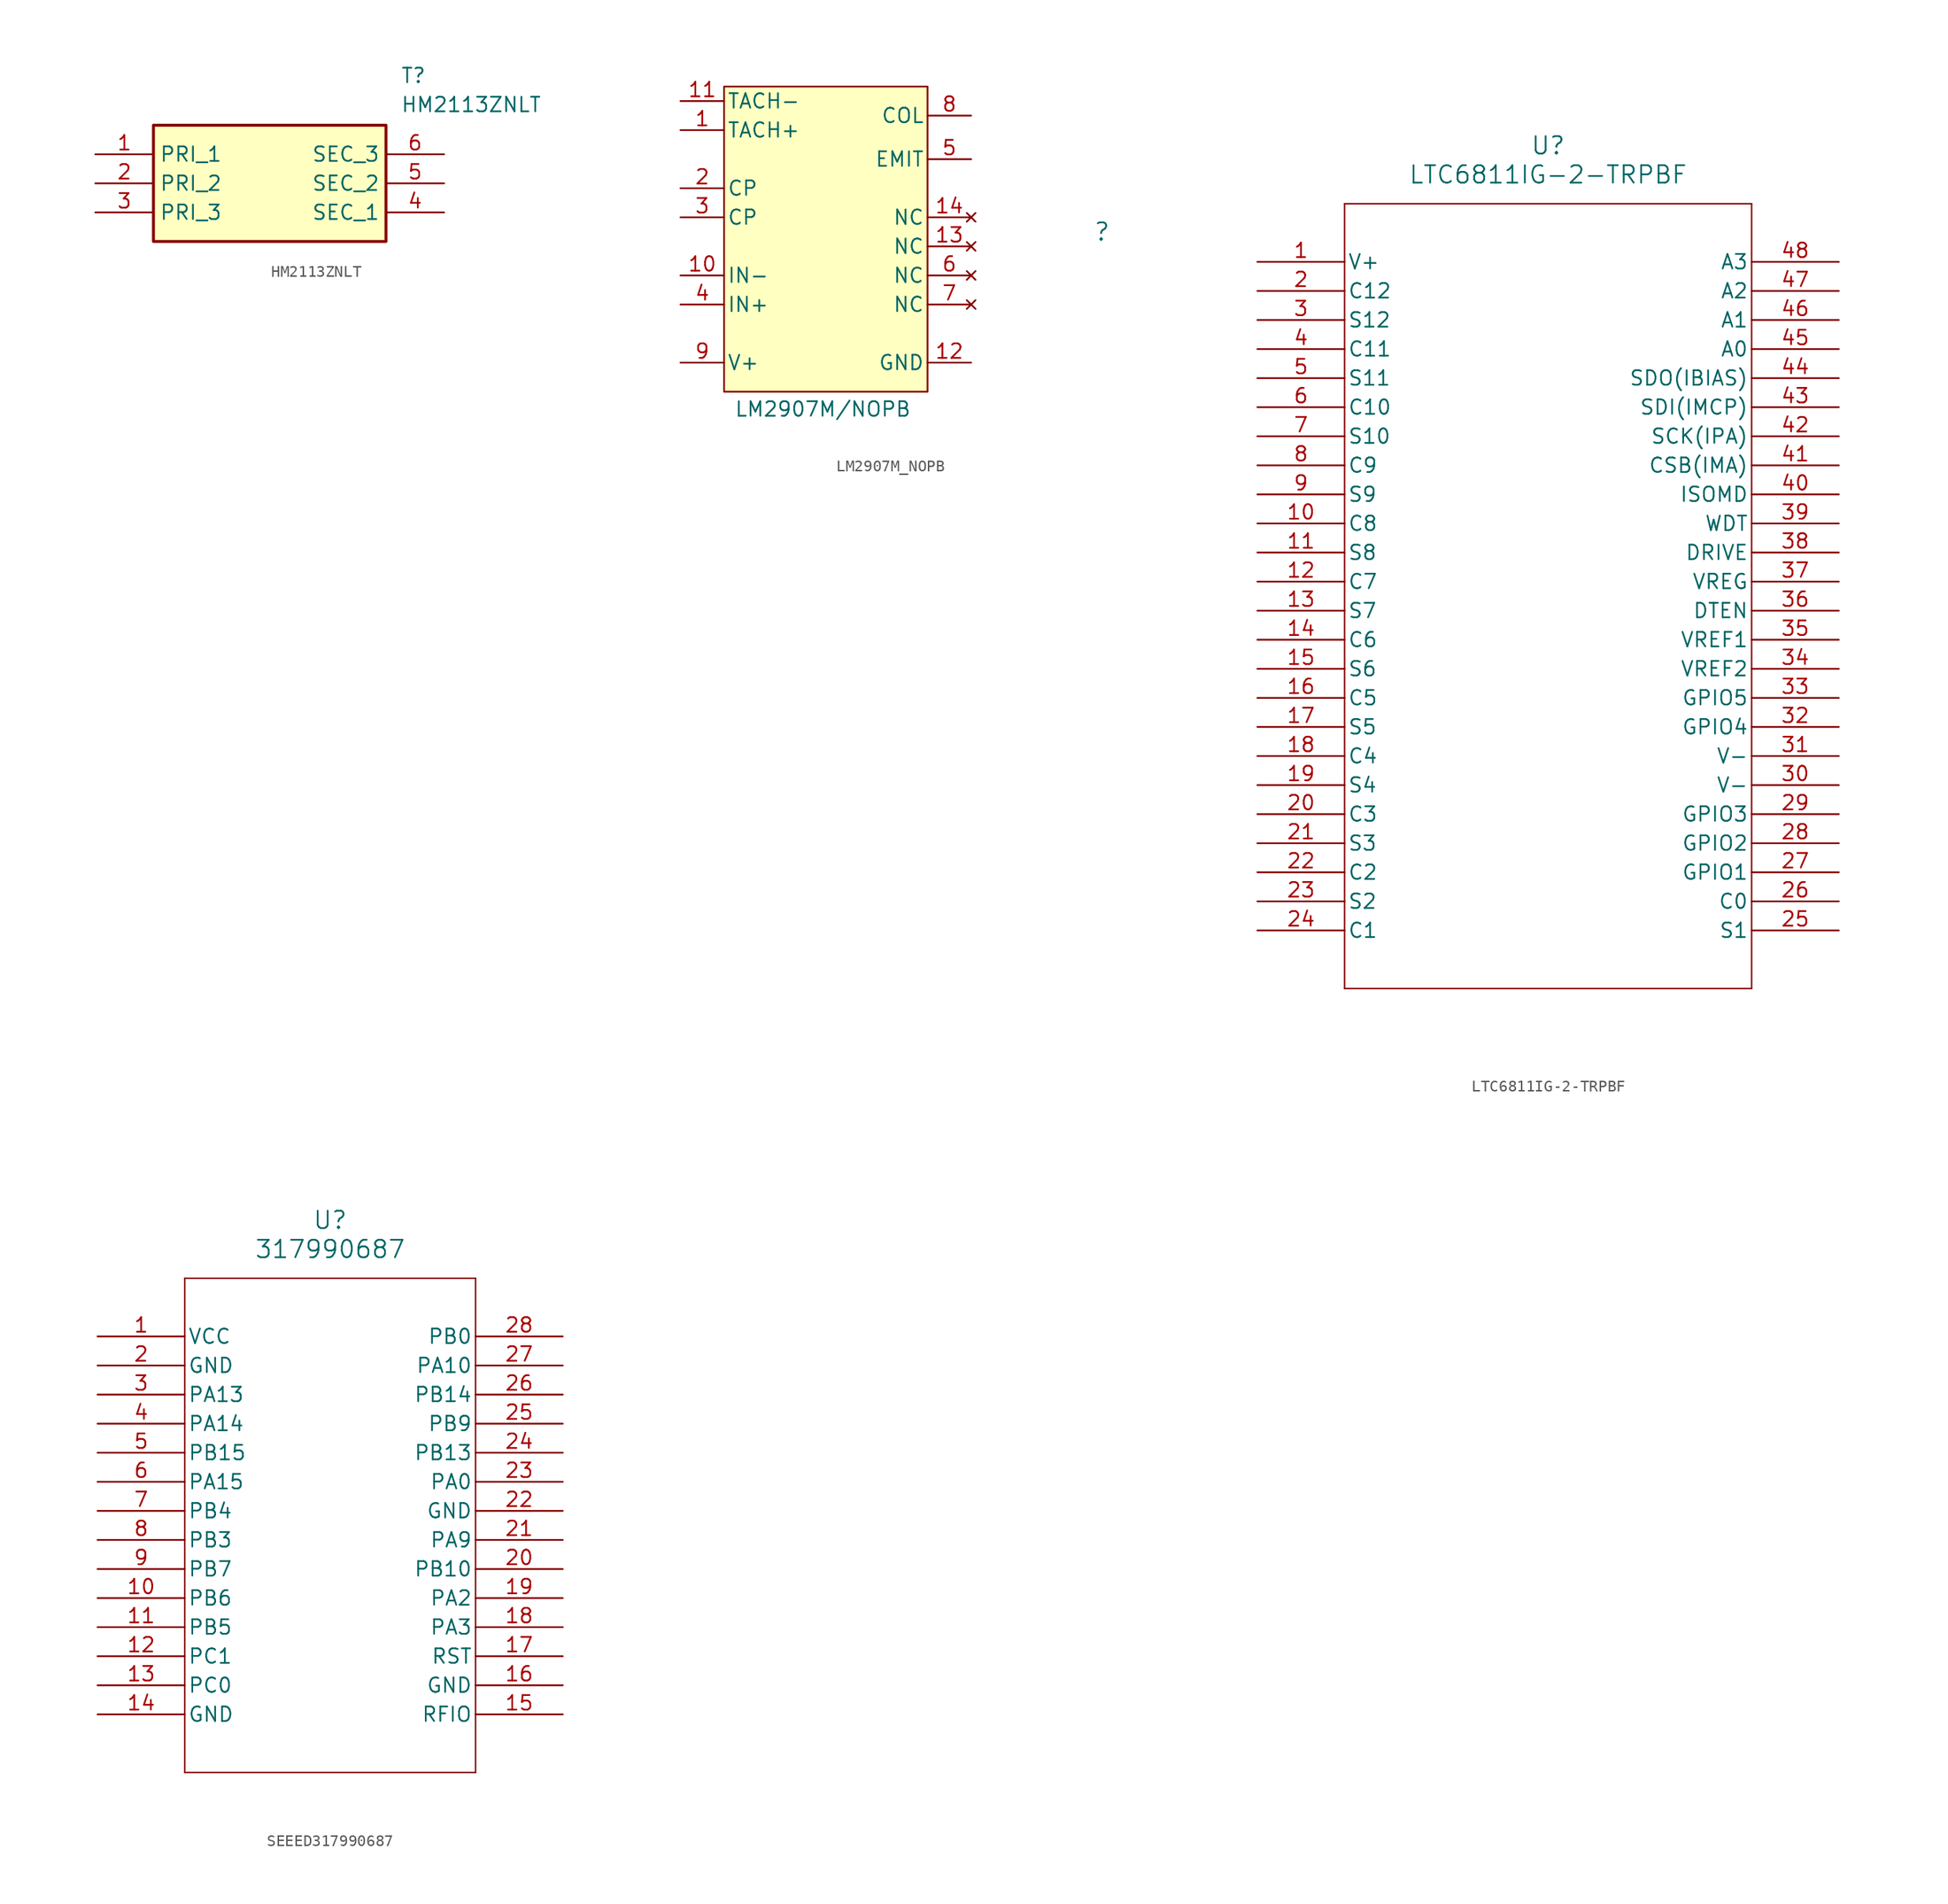
<source format=kicad_sym>
(kicad_symbol_lib
  (version 20231120)
  (generator "kicad_symbol_editor")
  (generator_version "8.0")
  (symbol "HM2113ZNLT"
    (property "Reference" "T"
      (at 26.67 7.62 0)
      (effects (font (size 1.27 1.27)) (justify left top)))
    (property "Value" "HM2113ZNLT"
      (at 26.67 5.08 0)
      (effects (font (size 1.27 1.27)) (justify left top)))
    (symbol "HM2113ZNLT_1_1"
      (rectangle (start 5.08 2.54) (end 25.4 -7.62) (stroke (width 0.254) (type default)) (fill (type background)))
      (pin passive line (at 0 0 0) (length 5.08) (name "PRI_1" (effects (font (size 1.27 1.27)))) (number "1" (effects (font (size 1.27 1.27)))))
      (pin passive line (at 0 -2.54 0) (length 5.08) (name "PRI_2" (effects (font (size 1.27 1.27)))) (number "2" (effects (font (size 1.27 1.27)))))
      (pin passive line (at 0 -5.08 0) (length 5.08) (name "PRI_3" (effects (font (size 1.27 1.27)))) (number "3" (effects (font (size 1.27 1.27)))))
      (pin passive line (at 30.48 -5.08 180) (length 5.08) (name "SEC_1" (effects (font (size 1.27 1.27)))) (number "4" (effects (font (size 1.27 1.27)))))
      (pin passive line (at 30.48 -2.54 180) (length 5.08) (name "SEC_2" (effects (font (size 1.27 1.27)))) (number "5" (effects (font (size 1.27 1.27)))))
      (pin passive line (at 30.48 0 180) (length 5.08) (name "SEC_3" (effects (font (size 1.27 1.27)))) (number "6" (effects (font (size 1.27 1.27)))))))
  (symbol "LM2907M_NOPB"
    (pin_names
      (offset 0.254))
    (property "Reference" ""
      (at 33.02 10.16 0)
      (effects (font (size 1.524 1.524))))
    (property "Value" "LM2907M/NOPB"
      (at 8.636 -5.334 0)
      (effects (font (size 1.27 1.27))))
    (symbol "LM2907M_NOPB_1_1"
      (rectangle (start 0 22.86) (end 17.78 -3.81) (stroke (width 0) (type default)) (fill (type background)))
      (pin input line (at -3.81 19.05 0) (length 3.81) (name "TACH+" (effects (font (size 1.27 1.27)))) (number "1" (effects (font (size 1.27 1.27)))))
      (pin input line (at -3.81 6.35 0) (length 3.81) (name "IN-" (effects (font (size 1.27 1.27)))) (number "10" (effects (font (size 1.27 1.27)))))
      (pin input line (at -3.81 21.59 0) (length 3.81) (name "TACH-" (effects (font (size 1.27 1.27)))) (number "11" (effects (font (size 1.27 1.27)))))
      (pin power_in line (at 21.59 -1.27 180) (length 3.81) (name "GND" (effects (font (size 1.27 1.27)))) (number "12" (effects (font (size 1.27 1.27)))))
      (pin no_connect line (at 21.59 8.89 180) (length 3.81) (name "NC" (effects (font (size 1.27 1.27)))) (number "13" (effects (font (size 1.27 1.27)))))
      (pin no_connect line (at 21.59 11.43 180) (length 3.81) (name "NC" (effects (font (size 1.27 1.27)))) (number "14" (effects (font (size 1.27 1.27)))))
      (pin passive line (at -3.81 13.97 0) (length 3.81) (name "CP" (effects (font (size 1.27 1.27)))) (number "2" (effects (font (size 1.27 1.27)))))
      (pin passive line (at -3.81 11.43 0) (length 3.81) (name "CP" (effects (font (size 1.27 1.27)))) (number "3" (effects (font (size 1.27 1.27)))))
      (pin passive line (at -3.81 3.81 0) (length 3.81) (name "IN+" (effects (font (size 1.27 1.27)))) (number "4" (effects (font (size 1.27 1.27)))))
      (pin passive line (at 21.59 16.51 180) (length 3.81) (name "EMIT" (effects (font (size 1.27 1.27)))) (number "5" (effects (font (size 1.27 1.27)))))
      (pin no_connect line (at 21.59 6.35 180) (length 3.81) (name "NC" (effects (font (size 1.27 1.27)))) (number "6" (effects (font (size 1.27 1.27)))))
      (pin no_connect line (at 21.59 3.81 180) (length 3.81) (name "NC" (effects (font (size 1.27 1.27)))) (number "7" (effects (font (size 1.27 1.27)))))
      (pin passive line (at 21.59 20.32 180) (length 3.81) (name "COL" (effects (font (size 1.27 1.27)))) (number "8" (effects (font (size 1.27 1.27)))))
      (pin power_in line (at -3.81 -1.27 0) (length 3.81) (name "V+" (effects (font (size 1.27 1.27)))) (number "9" (effects (font (size 1.27 1.27)))))))
  (symbol "LTC6811IG-2-TRPBF"
    (pin_names
      (offset 0.254))
    (property "Reference" "U"
      (at 25.4 10.16 0)
      (effects (font (size 1.524 1.524))))
    (property "Value" "LTC6811IG-2-TRPBF"
      (at 25.4 7.62 0)
      (effects (font (size 1.524 1.524))))
    (symbol "LTC6811IG-2-TRPBF_0_1"
      (polyline (pts (xy 7.62 -63.5) (xy 43.18 -63.5)) (stroke (width 0.127) (type default)) (fill (type none)))
      (polyline (pts (xy 7.62 5.08) (xy 7.62 -63.5)) (stroke (width 0.127) (type default)) (fill (type none)))
      (polyline (pts (xy 43.18 -63.5) (xy 43.18 5.08)) (stroke (width 0.127) (type default)) (fill (type none)))
      (polyline (pts (xy 43.18 5.08) (xy 7.62 5.08)) (stroke (width 0.127) (type default)) (fill (type none)))
      (pin power_in line (at 0 0 0) (length 7.62) (name "V+" (effects (font (size 1.27 1.27)))) (number "1" (effects (font (size 1.27 1.27)))))
      (pin input line (at 0 -22.86 0) (length 7.62) (name "C8" (effects (font (size 1.27 1.27)))) (number "10" (effects (font (size 1.27 1.27)))))
      (pin bidirectional line (at 0 -25.4 0) (length 7.62) (name "S8" (effects (font (size 1.27 1.27)))) (number "11" (effects (font (size 1.27 1.27)))))
      (pin input line (at 0 -27.94 0) (length 7.62) (name "C7" (effects (font (size 1.27 1.27)))) (number "12" (effects (font (size 1.27 1.27)))))
      (pin bidirectional line (at 0 -30.48 0) (length 7.62) (name "S7" (effects (font (size 1.27 1.27)))) (number "13" (effects (font (size 1.27 1.27)))))
      (pin input line (at 0 -33.02 0) (length 7.62) (name "C6" (effects (font (size 1.27 1.27)))) (number "14" (effects (font (size 1.27 1.27)))))
      (pin bidirectional line (at 0 -35.56 0) (length 7.62) (name "S6" (effects (font (size 1.27 1.27)))) (number "15" (effects (font (size 1.27 1.27)))))
      (pin input line (at 0 -38.1 0) (length 7.62) (name "C5" (effects (font (size 1.27 1.27)))) (number "16" (effects (font (size 1.27 1.27)))))
      (pin bidirectional line (at 0 -40.64 0) (length 7.62) (name "S5" (effects (font (size 1.27 1.27)))) (number "17" (effects (font (size 1.27 1.27)))))
      (pin input line (at 0 -43.18 0) (length 7.62) (name "C4" (effects (font (size 1.27 1.27)))) (number "18" (effects (font (size 1.27 1.27)))))
      (pin bidirectional line (at 0 -45.72 0) (length 7.62) (name "S4" (effects (font (size 1.27 1.27)))) (number "19" (effects (font (size 1.27 1.27)))))
      (pin input line (at 0 -2.54 0) (length 7.62) (name "C12" (effects (font (size 1.27 1.27)))) (number "2" (effects (font (size 1.27 1.27)))))
      (pin input line (at 0 -48.26 0) (length 7.62) (name "C3" (effects (font (size 1.27 1.27)))) (number "20" (effects (font (size 1.27 1.27)))))
      (pin bidirectional line (at 0 -50.8 0) (length 7.62) (name "S3" (effects (font (size 1.27 1.27)))) (number "21" (effects (font (size 1.27 1.27)))))
      (pin input line (at 0 -53.34 0) (length 7.62) (name "C2" (effects (font (size 1.27 1.27)))) (number "22" (effects (font (size 1.27 1.27)))))
      (pin bidirectional line (at 0 -55.88 0) (length 7.62) (name "S2" (effects (font (size 1.27 1.27)))) (number "23" (effects (font (size 1.27 1.27)))))
      (pin input line (at 0 -58.42 0) (length 7.62) (name "C1" (effects (font (size 1.27 1.27)))) (number "24" (effects (font (size 1.27 1.27)))))
      (pin bidirectional line (at 50.8 -58.42 180) (length 7.62) (name "S1" (effects (font (size 1.27 1.27)))) (number "25" (effects (font (size 1.27 1.27)))))
      (pin input line (at 50.8 -55.88 180) (length 7.62) (name "C0" (effects (font (size 1.27 1.27)))) (number "26" (effects (font (size 1.27 1.27)))))
      (pin bidirectional line (at 50.8 -53.34 180) (length 7.62) (name "GPIO1" (effects (font (size 1.27 1.27)))) (number "27" (effects (font (size 1.27 1.27)))))
      (pin bidirectional line (at 50.8 -50.8 180) (length 7.62) (name "GPIO2" (effects (font (size 1.27 1.27)))) (number "28" (effects (font (size 1.27 1.27)))))
      (pin bidirectional line (at 50.8 -48.26 180) (length 7.62) (name "GPIO3" (effects (font (size 1.27 1.27)))) (number "29" (effects (font (size 1.27 1.27)))))
      (pin bidirectional line (at 0 -5.08 0) (length 7.62) (name "S12" (effects (font (size 1.27 1.27)))) (number "3" (effects (font (size 1.27 1.27)))))
      (pin power_in line (at 50.8 -45.72 180) (length 7.62) (name "V-" (effects (font (size 1.27 1.27)))) (number "30" (effects (font (size 1.27 1.27)))))
      (pin power_in line (at 50.8 -43.18 180) (length 7.62) (name "V-" (effects (font (size 1.27 1.27)))) (number "31" (effects (font (size 1.27 1.27)))))
      (pin bidirectional line (at 50.8 -40.64 180) (length 7.62) (name "GPIO4" (effects (font (size 1.27 1.27)))) (number "32" (effects (font (size 1.27 1.27)))))
      (pin bidirectional line (at 50.8 -38.1 180) (length 7.62) (name "GPIO5" (effects (font (size 1.27 1.27)))) (number "33" (effects (font (size 1.27 1.27)))))
      (pin power_in line (at 50.8 -35.56 180) (length 7.62) (name "VREF2" (effects (font (size 1.27 1.27)))) (number "34" (effects (font (size 1.27 1.27)))))
      (pin power_in line (at 50.8 -33.02 180) (length 7.62) (name "VREF1" (effects (font (size 1.27 1.27)))) (number "35" (effects (font (size 1.27 1.27)))))
      (pin input line (at 50.8 -30.48 180) (length 7.62) (name "DTEN" (effects (font (size 1.27 1.27)))) (number "36" (effects (font (size 1.27 1.27)))))
      (pin power_in line (at 50.8 -27.94 180) (length 7.62) (name "VREG" (effects (font (size 1.27 1.27)))) (number "37" (effects (font (size 1.27 1.27)))))
      (pin power_in line (at 50.8 -25.4 180) (length 7.62) (name "DRIVE" (effects (font (size 1.27 1.27)))) (number "38" (effects (font (size 1.27 1.27)))))
      (pin output line (at 50.8 -22.86 180) (length 7.62) (name "WDT" (effects (font (size 1.27 1.27)))) (number "39" (effects (font (size 1.27 1.27)))))
      (pin input line (at 0 -7.62 0) (length 7.62) (name "C11" (effects (font (size 1.27 1.27)))) (number "4" (effects (font (size 1.27 1.27)))))
      (pin unspecified line (at 50.8 -20.32 180) (length 7.62) (name "ISOMD" (effects (font (size 1.27 1.27)))) (number "40" (effects (font (size 1.27 1.27)))))
      (pin bidirectional line (at 50.8 -17.78 180) (length 7.62) (name "CSB(IMA)" (effects (font (size 1.27 1.27)))) (number "41" (effects (font (size 1.27 1.27)))))
      (pin bidirectional line (at 50.8 -15.24 180) (length 7.62) (name "SCK(IPA)" (effects (font (size 1.27 1.27)))) (number "42" (effects (font (size 1.27 1.27)))))
      (pin unspecified line (at 50.8 -12.7 180) (length 7.62) (name "SDI(IMCP)" (effects (font (size 1.27 1.27)))) (number "43" (effects (font (size 1.27 1.27)))))
      (pin unspecified line (at 50.8 -10.16 180) (length 7.62) (name "SDO(IBIAS)" (effects (font (size 1.27 1.27)))) (number "44" (effects (font (size 1.27 1.27)))))
      (pin input line (at 50.8 -7.62 180) (length 7.62) (name "A0" (effects (font (size 1.27 1.27)))) (number "45" (effects (font (size 1.27 1.27)))))
      (pin input line (at 50.8 -5.08 180) (length 7.62) (name "A1" (effects (font (size 1.27 1.27)))) (number "46" (effects (font (size 1.27 1.27)))))
      (pin input line (at 50.8 -2.54 180) (length 7.62) (name "A2" (effects (font (size 1.27 1.27)))) (number "47" (effects (font (size 1.27 1.27)))))
      (pin input line (at 50.8 0 180) (length 7.62) (name "A3" (effects (font (size 1.27 1.27)))) (number "48" (effects (font (size 1.27 1.27)))))
      (pin bidirectional line (at 0 -10.16 0) (length 7.62) (name "S11" (effects (font (size 1.27 1.27)))) (number "5" (effects (font (size 1.27 1.27)))))
      (pin input line (at 0 -12.7 0) (length 7.62) (name "C10" (effects (font (size 1.27 1.27)))) (number "6" (effects (font (size 1.27 1.27)))))
      (pin bidirectional line (at 0 -15.24 0) (length 7.62) (name "S10" (effects (font (size 1.27 1.27)))) (number "7" (effects (font (size 1.27 1.27)))))
      (pin input line (at 0 -17.78 0) (length 7.62) (name "C9" (effects (font (size 1.27 1.27)))) (number "8" (effects (font (size 1.27 1.27)))))
      (pin bidirectional line (at 0 -20.32 0) (length 7.62) (name "S9" (effects (font (size 1.27 1.27)))) (number "9" (effects (font (size 1.27 1.27)))))))
  (symbol "SEEED317990687"
    (pin_names
      (offset 0.254))
    (property "Reference" "U"
      (at 20.32 10.16 0)
      (effects (font (size 1.524 1.524))))
    (property "Value" "317990687"
      (at 20.32 7.62 0)
      (effects (font (size 1.524 1.524))))
    (symbol "SEEED317990687_1_1"
      (polyline (pts (xy 7.62 -38.1) (xy 33.02 -38.1)) (stroke (width 0.127) (type default)) (fill (type none)))
      (polyline (pts (xy 7.62 5.08) (xy 7.62 -38.1)) (stroke (width 0.127) (type default)) (fill (type none)))
      (polyline (pts (xy 33.02 -38.1) (xy 33.02 5.08)) (stroke (width 0.127) (type default)) (fill (type none)))
      (polyline (pts (xy 33.02 5.08) (xy 7.62 5.08)) (stroke (width 0.127) (type default)) (fill (type none)))
      (pin power_in line (at 0 0 0) (length 7.62) (name "VCC" (effects (font (size 1.27 1.27)))) (number "1" (effects (font (size 1.27 1.27)))))
      (pin bidirectional line (at 0 -22.86 0) (length 7.62) (name "PB6" (effects (font (size 1.27 1.27)))) (number "10" (effects (font (size 1.27 1.27)))))
      (pin bidirectional line (at 0 -25.4 0) (length 7.62) (name "PB5" (effects (font (size 1.27 1.27)))) (number "11" (effects (font (size 1.27 1.27)))))
      (pin bidirectional line (at 0 -27.94 0) (length 7.62) (name "PC1" (effects (font (size 1.27 1.27)))) (number "12" (effects (font (size 1.27 1.27)))))
      (pin bidirectional line (at 0 -30.48 0) (length 7.62) (name "PC0" (effects (font (size 1.27 1.27)))) (number "13" (effects (font (size 1.27 1.27)))))
      (pin power_out line (at 0 -33.02 0) (length 7.62) (name "GND" (effects (font (size 1.27 1.27)))) (number "14" (effects (font (size 1.27 1.27)))))
      (pin unspecified line (at 40.64 -33.02 180) (length 7.62) (name "RFIO" (effects (font (size 1.27 1.27)))) (number "15" (effects (font (size 1.27 1.27)))))
      (pin power_out line (at 40.64 -30.48 180) (length 7.62) (name "GND" (effects (font (size 1.27 1.27)))) (number "16" (effects (font (size 1.27 1.27)))))
      (pin unspecified line (at 40.64 -27.94 180) (length 7.62) (name "RST" (effects (font (size 1.27 1.27)))) (number "17" (effects (font (size 1.27 1.27)))))
      (pin bidirectional line (at 40.64 -25.4 180) (length 7.62) (name "PA3" (effects (font (size 1.27 1.27)))) (number "18" (effects (font (size 1.27 1.27)))))
      (pin bidirectional line (at 40.64 -22.86 180) (length 7.62) (name "PA2" (effects (font (size 1.27 1.27)))) (number "19" (effects (font (size 1.27 1.27)))))
      (pin power_out line (at 0 -2.54 0) (length 7.62) (name "GND" (effects (font (size 1.27 1.27)))) (number "2" (effects (font (size 1.27 1.27)))))
      (pin bidirectional line (at 40.64 -20.32 180) (length 7.62) (name "PB10" (effects (font (size 1.27 1.27)))) (number "20" (effects (font (size 1.27 1.27)))))
      (pin bidirectional line (at 40.64 -17.78 180) (length 7.62) (name "PA9" (effects (font (size 1.27 1.27)))) (number "21" (effects (font (size 1.27 1.27)))))
      (pin power_out line (at 40.64 -15.24 180) (length 7.62) (name "GND" (effects (font (size 1.27 1.27)))) (number "22" (effects (font (size 1.27 1.27)))))
      (pin bidirectional line (at 40.64 -12.7 180) (length 7.62) (name "PA0" (effects (font (size 1.27 1.27)))) (number "23" (effects (font (size 1.27 1.27)))))
      (pin bidirectional line (at 40.64 -10.16 180) (length 7.62) (name "PB13" (effects (font (size 1.27 1.27)))) (number "24" (effects (font (size 1.27 1.27)))))
      (pin bidirectional line (at 40.64 -7.62 180) (length 7.62) (name "PB9" (effects (font (size 1.27 1.27)))) (number "25" (effects (font (size 1.27 1.27)))))
      (pin bidirectional line (at 40.64 -5.08 180) (length 7.62) (name "PB14" (effects (font (size 1.27 1.27)))) (number "26" (effects (font (size 1.27 1.27)))))
      (pin bidirectional line (at 40.64 -2.54 180) (length 7.62) (name "PA10" (effects (font (size 1.27 1.27)))) (number "27" (effects (font (size 1.27 1.27)))))
      (pin bidirectional line (at 40.64 0 180) (length 7.62) (name "PB0" (effects (font (size 1.27 1.27)))) (number "28" (effects (font (size 1.27 1.27)))))
      (pin bidirectional line (at 0 -5.08 0) (length 7.62) (name "PA13" (effects (font (size 1.27 1.27)))) (number "3" (effects (font (size 1.27 1.27)))))
      (pin bidirectional line (at 0 -7.62 0) (length 7.62) (name "PA14" (effects (font (size 1.27 1.27)))) (number "4" (effects (font (size 1.27 1.27)))))
      (pin bidirectional line (at 0 -10.16 0) (length 7.62) (name "PB15" (effects (font (size 1.27 1.27)))) (number "5" (effects (font (size 1.27 1.27)))))
      (pin bidirectional line (at 0 -12.7 0) (length 7.62) (name "PA15" (effects (font (size 1.27 1.27)))) (number "6" (effects (font (size 1.27 1.27)))))
      (pin bidirectional line (at 0 -15.24 0) (length 7.62) (name "PB4" (effects (font (size 1.27 1.27)))) (number "7" (effects (font (size 1.27 1.27)))))
      (pin bidirectional line (at 0 -17.78 0) (length 7.62) (name "PB3" (effects (font (size 1.27 1.27)))) (number "8" (effects (font (size 1.27 1.27)))))
      (pin bidirectional line (at 0 -20.32 0) (length 7.62) (name "PB7" (effects (font (size 1.27 1.27)))) (number "9" (effects (font (size 1.27 1.27))))))))
</source>
